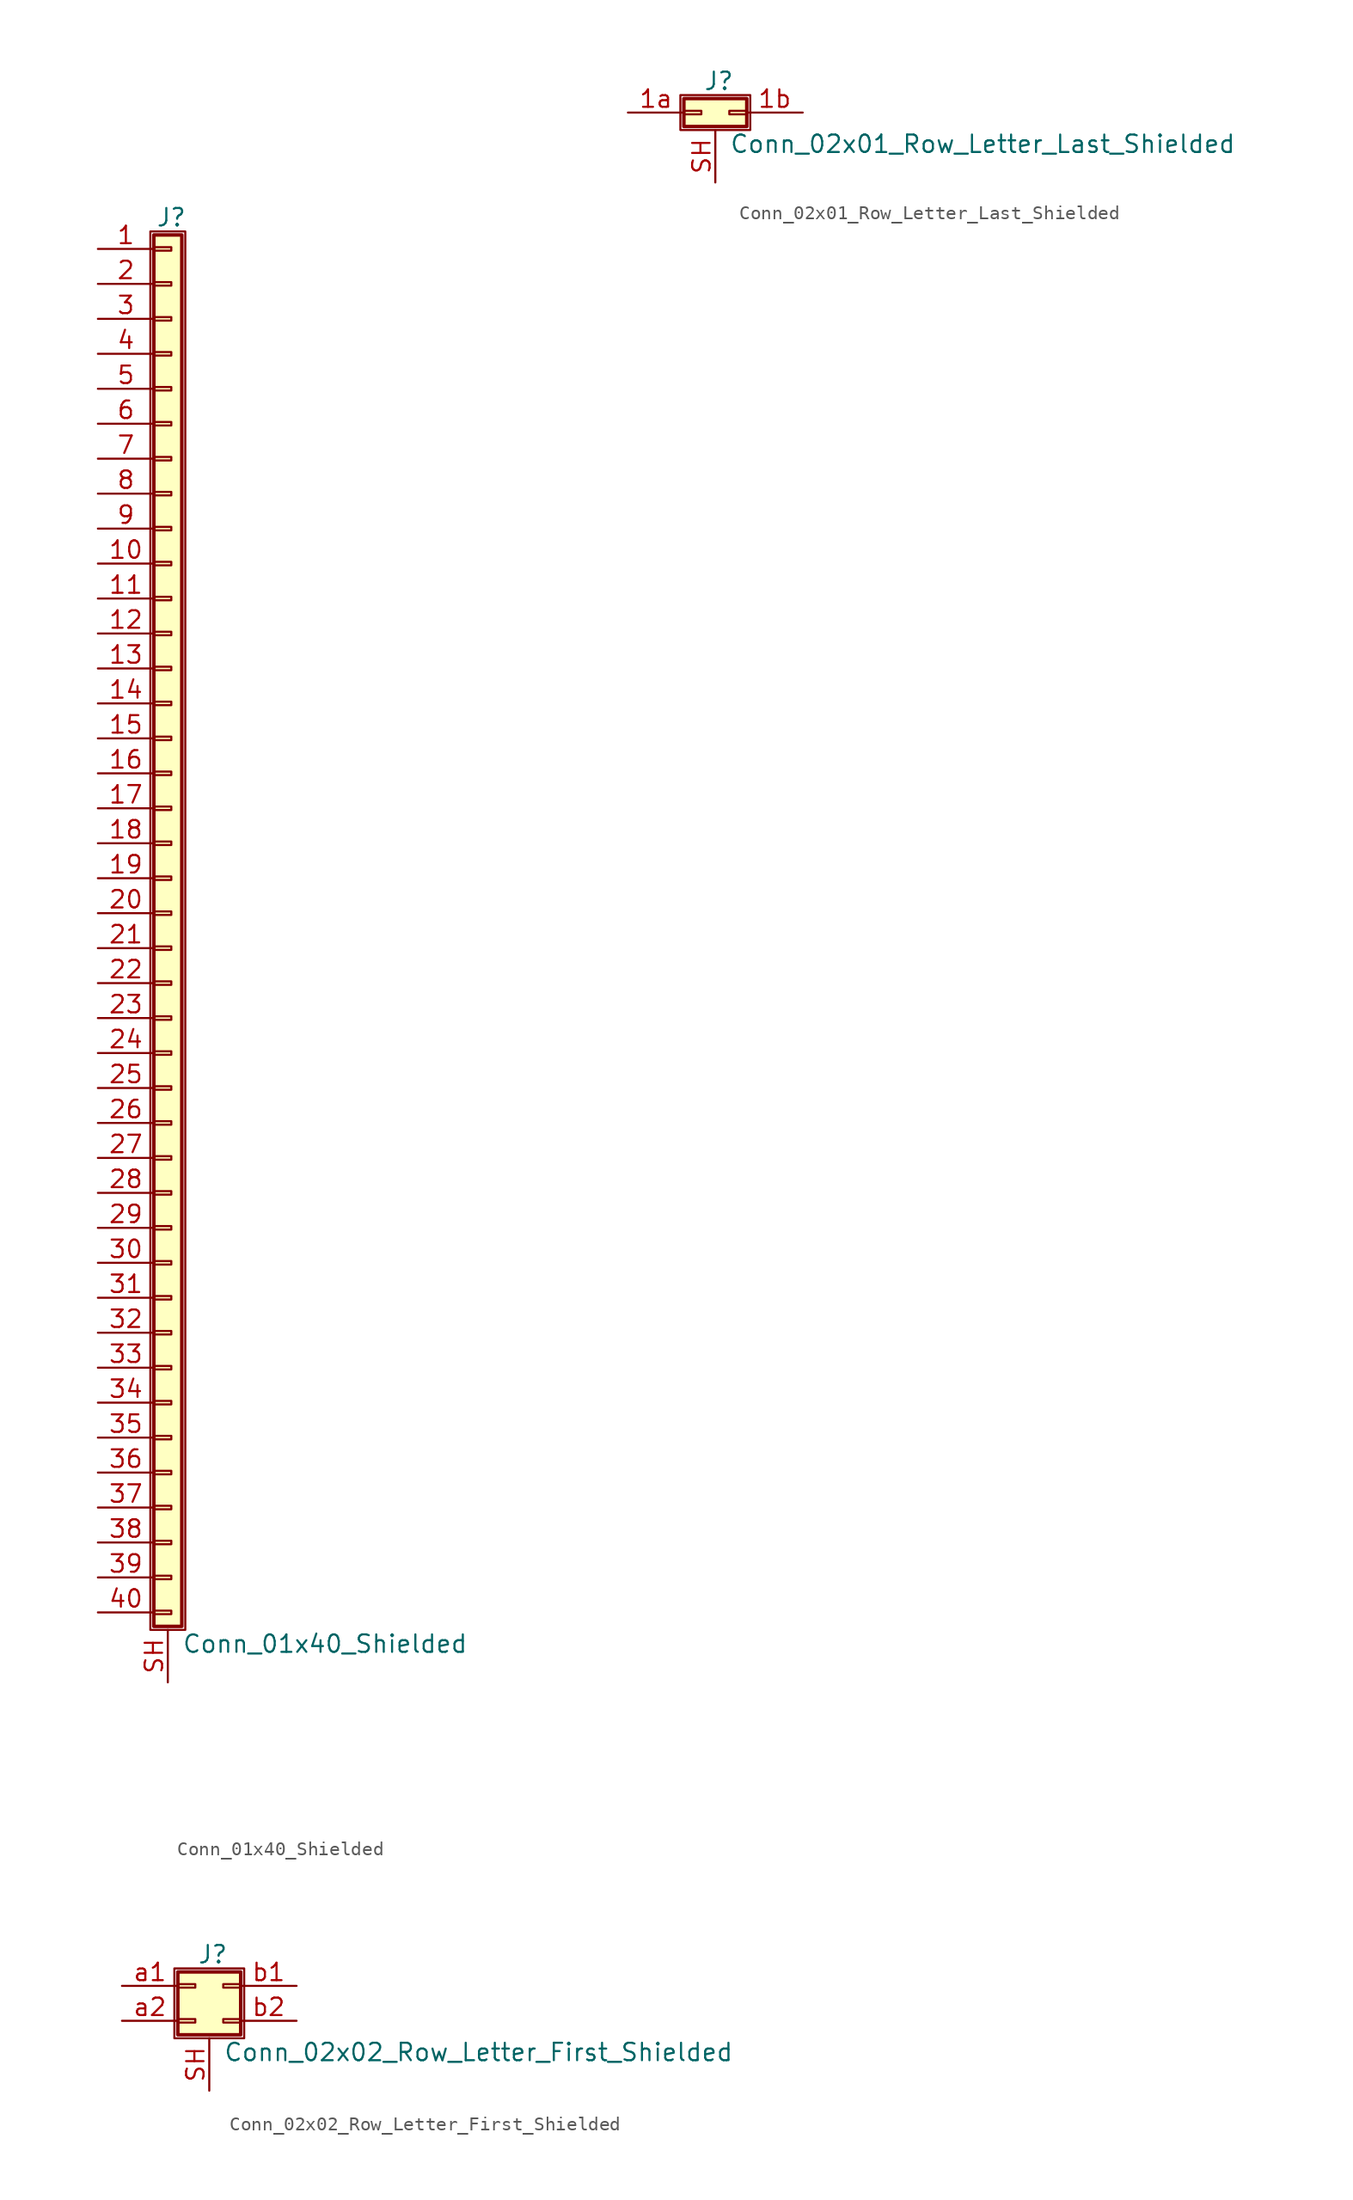
<source format=kicad_sym>
(kicad_symbol_lib
  (version 20201005)
  (generator kicad_symbol_editor)
  (symbol "Connector_Generic_Shielded:Conn_01x40_Shielded"
    (pin_names
      (offset 1.016) hide)
    (property "Reference" "J"
      (at 0.254 50.546 0)
      (effects (font (size 1.27 1.27))))
    (property "Value" "Conn_01x40_Shielded"
      (at 1.016 -53.086 0)
      (effects (font (size 1.27 1.27)) (justify left)))
    (symbol "Conn_01x40_Shielded_1_1"
      (rectangle (start -1.016 -27.813) (end 0.254 -28.067) (stroke (width 0.152)) (fill (type none)))
      (rectangle (start -1.016 -30.353) (end 0.254 -30.607) (stroke (width 0.152)) (fill (type none)))
      (rectangle (start -1.016 -32.893) (end 0.254 -33.147) (stroke (width 0.152)) (fill (type none)))
      (rectangle (start -1.016 -35.433) (end 0.254 -35.687) (stroke (width 0.152)) (fill (type none)))
      (rectangle (start -1.016 -37.973) (end 0.254 -38.227) (stroke (width 0.152)) (fill (type none)))
      (rectangle (start -1.016 -40.513) (end 0.254 -40.767) (stroke (width 0.152)) (fill (type none)))
      (rectangle (start -1.016 -43.053) (end 0.254 -43.307) (stroke (width 0.152)) (fill (type none)))
      (rectangle (start -1.016 -45.593) (end 0.254 -45.847) (stroke (width 0.152)) (fill (type none)))
      (rectangle (start -1.016 -48.133) (end 0.254 -48.387) (stroke (width 0.152)) (fill (type none)))
      (rectangle (start -1.016 -4.953) (end 0.254 -5.207) (stroke (width 0.152)) (fill (type none)))
      (rectangle (start -1.016 -50.673) (end 0.254 -50.927) (stroke (width 0.152)) (fill (type none)))
      (rectangle (start -1.016 -7.493) (end 0.254 -7.747) (stroke (width 0.152)) (fill (type none)))
      (rectangle (start -1.016 -10.033) (end 0.254 -10.287) (stroke (width 0.152)) (fill (type none)))
      (rectangle (start -1.016 -12.573) (end 0.254 -12.827) (stroke (width 0.152)) (fill (type none)))
      (rectangle (start -1.016 -15.113) (end 0.254 -15.367) (stroke (width 0.152)) (fill (type none)))
      (rectangle (start -1.016 -17.653) (end 0.254 -17.907) (stroke (width 0.152)) (fill (type none)))
      (rectangle (start -1.016 -20.193) (end 0.254 -20.447) (stroke (width 0.152)) (fill (type none)))
      (rectangle (start -1.016 -22.733) (end 0.254 -22.987) (stroke (width 0.152)) (fill (type none)))
      (rectangle (start -1.016 -2.413) (end 0.254 -2.667) (stroke (width 0.152)) (fill (type none)))
      (rectangle (start -1.016 -25.273) (end 0.254 -25.527) (stroke (width 0.152)) (fill (type none)))
      (rectangle (start -1.016 25.527) (end 0.254 25.273) (stroke (width 0.152)) (fill (type none)))
      (rectangle (start -1.016 2.667) (end 0.254 2.413) (stroke (width 0.152)) (fill (type none)))
      (rectangle (start -1.016 28.067) (end 0.254 27.813) (stroke (width 0.152)) (fill (type none)))
      (rectangle (start -1.016 30.607) (end 0.254 30.353) (stroke (width 0.152)) (fill (type none)))
      (rectangle (start -1.016 33.147) (end 0.254 32.893) (stroke (width 0.152)) (fill (type none)))
      (rectangle (start -1.016 35.687) (end 0.254 35.433) (stroke (width 0.152)) (fill (type none)))
      (rectangle (start -1.016 38.227) (end 0.254 37.973) (stroke (width 0.152)) (fill (type none)))
      (rectangle (start -1.016 40.767) (end 0.254 40.513) (stroke (width 0.152)) (fill (type none)))
      (rectangle (start -1.016 43.307) (end 0.254 43.053) (stroke (width 0.152)) (fill (type none)))
      (rectangle (start -1.016 45.847) (end 0.254 45.593) (stroke (width 0.152)) (fill (type none)))
      (rectangle (start -1.016 48.387) (end 0.254 48.133) (stroke (width 0.152)) (fill (type none)))
      (rectangle (start -1.016 49.276) (end 1.016 -51.816) (stroke (width 0.254)) (fill (type background)))
      (rectangle (start -1.016 5.207) (end 0.254 4.953) (stroke (width 0.152)) (fill (type none)))
      (rectangle (start -1.016 7.747) (end 0.254 7.493) (stroke (width 0.152)) (fill (type none)))
      (rectangle (start -1.016 10.287) (end 0.254 10.033) (stroke (width 0.152)) (fill (type none)))
      (rectangle (start -1.016 0.127) (end 0.254 -0.127) (stroke (width 0.152)) (fill (type none)))
      (rectangle (start -1.016 12.827) (end 0.254 12.573) (stroke (width 0.152)) (fill (type none)))
      (rectangle (start -1.016 15.367) (end 0.254 15.113) (stroke (width 0.152)) (fill (type none)))
      (rectangle (start -1.016 17.907) (end 0.254 17.653) (stroke (width 0.152)) (fill (type none)))
      (rectangle (start -1.016 20.447) (end 0.254 20.193) (stroke (width 0.152)) (fill (type none)))
      (rectangle (start -1.016 22.987) (end 0.254 22.733) (stroke (width 0.152)) (fill (type none)))
      (rectangle (start -1.27 49.53) (end 1.27 -52.07) (stroke (width 0.152)) (fill (type none)))
      (pin passive line (at -5.08 48.26 0) (length 4.064) (name "Pin_1" (effects (font (size 1.27 1.27)))) (number "1" (effects (font (size 1.27 1.27)))))
      (pin passive line (at -5.08 25.4 0) (length 4.064) (name "Pin_10" (effects (font (size 1.27 1.27)))) (number "10" (effects (font (size 1.27 1.27)))))
      (pin passive line (at -5.08 22.86 0) (length 4.064) (name "Pin_11" (effects (font (size 1.27 1.27)))) (number "11" (effects (font (size 1.27 1.27)))))
      (pin passive line (at -5.08 20.32 0) (length 4.064) (name "Pin_12" (effects (font (size 1.27 1.27)))) (number "12" (effects (font (size 1.27 1.27)))))
      (pin passive line (at -5.08 17.78 0) (length 4.064) (name "Pin_13" (effects (font (size 1.27 1.27)))) (number "13" (effects (font (size 1.27 1.27)))))
      (pin passive line (at -5.08 15.24 0) (length 4.064) (name "Pin_14" (effects (font (size 1.27 1.27)))) (number "14" (effects (font (size 1.27 1.27)))))
      (pin passive line (at -5.08 12.7 0) (length 4.064) (name "Pin_15" (effects (font (size 1.27 1.27)))) (number "15" (effects (font (size 1.27 1.27)))))
      (pin passive line (at -5.08 10.16 0) (length 4.064) (name "Pin_16" (effects (font (size 1.27 1.27)))) (number "16" (effects (font (size 1.27 1.27)))))
      (pin passive line (at -5.08 7.62 0) (length 4.064) (name "Pin_17" (effects (font (size 1.27 1.27)))) (number "17" (effects (font (size 1.27 1.27)))))
      (pin passive line (at -5.08 5.08 0) (length 4.064) (name "Pin_18" (effects (font (size 1.27 1.27)))) (number "18" (effects (font (size 1.27 1.27)))))
      (pin passive line (at -5.08 2.54 0) (length 4.064) (name "Pin_19" (effects (font (size 1.27 1.27)))) (number "19" (effects (font (size 1.27 1.27)))))
      (pin passive line (at -5.08 45.72 0) (length 4.064) (name "Pin_2" (effects (font (size 1.27 1.27)))) (number "2" (effects (font (size 1.27 1.27)))))
      (pin passive line (at -5.08 0 0) (length 4.064) (name "Pin_20" (effects (font (size 1.27 1.27)))) (number "20" (effects (font (size 1.27 1.27)))))
      (pin passive line (at -5.08 -2.54 0) (length 4.064) (name "Pin_21" (effects (font (size 1.27 1.27)))) (number "21" (effects (font (size 1.27 1.27)))))
      (pin passive line (at -5.08 -5.08 0) (length 4.064) (name "Pin_22" (effects (font (size 1.27 1.27)))) (number "22" (effects (font (size 1.27 1.27)))))
      (pin passive line (at -5.08 -7.62 0) (length 4.064) (name "Pin_23" (effects (font (size 1.27 1.27)))) (number "23" (effects (font (size 1.27 1.27)))))
      (pin passive line (at -5.08 -10.16 0) (length 4.064) (name "Pin_24" (effects (font (size 1.27 1.27)))) (number "24" (effects (font (size 1.27 1.27)))))
      (pin passive line (at -5.08 -12.7 0) (length 4.064) (name "Pin_25" (effects (font (size 1.27 1.27)))) (number "25" (effects (font (size 1.27 1.27)))))
      (pin passive line (at -5.08 -15.24 0) (length 4.064) (name "Pin_26" (effects (font (size 1.27 1.27)))) (number "26" (effects (font (size 1.27 1.27)))))
      (pin passive line (at -5.08 -17.78 0) (length 4.064) (name "Pin_27" (effects (font (size 1.27 1.27)))) (number "27" (effects (font (size 1.27 1.27)))))
      (pin passive line (at -5.08 -20.32 0) (length 4.064) (name "Pin_28" (effects (font (size 1.27 1.27)))) (number "28" (effects (font (size 1.27 1.27)))))
      (pin passive line (at -5.08 -22.86 0) (length 4.064) (name "Pin_29" (effects (font (size 1.27 1.27)))) (number "29" (effects (font (size 1.27 1.27)))))
      (pin passive line (at -5.08 43.18 0) (length 4.064) (name "Pin_3" (effects (font (size 1.27 1.27)))) (number "3" (effects (font (size 1.27 1.27)))))
      (pin passive line (at -5.08 -25.4 0) (length 4.064) (name "Pin_30" (effects (font (size 1.27 1.27)))) (number "30" (effects (font (size 1.27 1.27)))))
      (pin passive line (at -5.08 -27.94 0) (length 4.064) (name "Pin_31" (effects (font (size 1.27 1.27)))) (number "31" (effects (font (size 1.27 1.27)))))
      (pin passive line (at -5.08 -30.48 0) (length 4.064) (name "Pin_32" (effects (font (size 1.27 1.27)))) (number "32" (effects (font (size 1.27 1.27)))))
      (pin passive line (at -5.08 -33.02 0) (length 4.064) (name "Pin_33" (effects (font (size 1.27 1.27)))) (number "33" (effects (font (size 1.27 1.27)))))
      (pin passive line (at -5.08 -35.56 0) (length 4.064) (name "Pin_34" (effects (font (size 1.27 1.27)))) (number "34" (effects (font (size 1.27 1.27)))))
      (pin passive line (at -5.08 -38.1 0) (length 4.064) (name "Pin_35" (effects (font (size 1.27 1.27)))) (number "35" (effects (font (size 1.27 1.27)))))
      (pin passive line (at -5.08 -40.64 0) (length 4.064) (name "Pin_36" (effects (font (size 1.27 1.27)))) (number "36" (effects (font (size 1.27 1.27)))))
      (pin passive line (at -5.08 -43.18 0) (length 4.064) (name "Pin_37" (effects (font (size 1.27 1.27)))) (number "37" (effects (font (size 1.27 1.27)))))
      (pin passive line (at -5.08 -45.72 0) (length 4.064) (name "Pin_38" (effects (font (size 1.27 1.27)))) (number "38" (effects (font (size 1.27 1.27)))))
      (pin passive line (at -5.08 -48.26 0) (length 4.064) (name "Pin_39" (effects (font (size 1.27 1.27)))) (number "39" (effects (font (size 1.27 1.27)))))
      (pin passive line (at -5.08 40.64 0) (length 4.064) (name "Pin_4" (effects (font (size 1.27 1.27)))) (number "4" (effects (font (size 1.27 1.27)))))
      (pin passive line (at -5.08 -50.8 0) (length 4.064) (name "Pin_40" (effects (font (size 1.27 1.27)))) (number "40" (effects (font (size 1.27 1.27)))))
      (pin passive line (at -5.08 38.1 0) (length 4.064) (name "Pin_5" (effects (font (size 1.27 1.27)))) (number "5" (effects (font (size 1.27 1.27)))))
      (pin passive line (at -5.08 35.56 0) (length 4.064) (name "Pin_6" (effects (font (size 1.27 1.27)))) (number "6" (effects (font (size 1.27 1.27)))))
      (pin passive line (at -5.08 33.02 0) (length 4.064) (name "Pin_7" (effects (font (size 1.27 1.27)))) (number "7" (effects (font (size 1.27 1.27)))))
      (pin passive line (at -5.08 30.48 0) (length 4.064) (name "Pin_8" (effects (font (size 1.27 1.27)))) (number "8" (effects (font (size 1.27 1.27)))))
      (pin passive line (at -5.08 27.94 0) (length 4.064) (name "Pin_9" (effects (font (size 1.27 1.27)))) (number "9" (effects (font (size 1.27 1.27)))))
      (pin passive line (at 0 -55.88 90) (length 3.81) (name "Shield" (effects (font (size 1.27 1.27)))) (number "SH" (effects (font (size 1.27 1.27)))))))
  (symbol "Connector_Generic_Shielded:Conn_02x01_Row_Letter_Last_Shielded"
    (pin_names
      (offset 1.016) hide)
    (property "Reference" "J"
      (at 1.524 2.286 0)
      (effects (font (size 1.27 1.27))))
    (property "Value" "Conn_02x01_Row_Letter_Last_Shielded"
      (at 2.286 -2.286 0)
      (effects (font (size 1.27 1.27)) (justify left)))
    (symbol "Conn_02x01_Row_Letter_Last_Shielded_1_1"
      (rectangle (start -1.016 1.016) (end 3.556 -1.016) (stroke (width 0.254)) (fill (type background)))
      (rectangle (start -1.016 0.127) (end 0.254 -0.127) (stroke (width 0.152)) (fill (type none)))
      (rectangle (start -1.27 1.27) (end 3.81 -1.27) (stroke (width 0.152)) (fill (type none)))
      (rectangle (start 3.556 0.127) (end 2.286 -0.127) (stroke (width 0.152)) (fill (type none)))
      (pin passive line (at -5.08 0 0) (length 4.064) (name "Pin_1a" (effects (font (size 1.27 1.27)))) (number "1a" (effects (font (size 1.27 1.27)))))
      (pin passive line (at 7.62 0 180) (length 4.064) (name "Pin_1b" (effects (font (size 1.27 1.27)))) (number "1b" (effects (font (size 1.27 1.27)))))
      (pin passive line (at 1.27 -5.08 90) (length 3.81) (name "Shield" (effects (font (size 1.27 1.27)))) (number "SH" (effects (font (size 1.27 1.27)))))))
  (symbol "Connector_Generic_Shielded:Conn_02x02_Row_Letter_First_Shielded"
    (pin_names
      (offset 1.016) hide)
    (property "Reference" "J"
      (at 1.524 2.286 0)
      (effects (font (size 1.27 1.27))))
    (property "Value" "Conn_02x02_Row_Letter_First_Shielded"
      (at 2.286 -4.826 0)
      (effects (font (size 1.27 1.27)) (justify left)))
    (symbol "Conn_02x02_Row_Letter_First_Shielded_1_1"
      (rectangle (start -1.016 -2.413) (end 0.254 -2.667) (stroke (width 0.152)) (fill (type none)))
      (rectangle (start -1.016 1.016) (end 3.556 -3.556) (stroke (width 0.254)) (fill (type background)))
      (rectangle (start -1.016 0.127) (end 0.254 -0.127) (stroke (width 0.152)) (fill (type none)))
      (rectangle (start -1.27 1.27) (end 3.81 -3.81) (stroke (width 0.152)) (fill (type none)))
      (rectangle (start 3.556 -2.413) (end 2.286 -2.667) (stroke (width 0.152)) (fill (type none)))
      (rectangle (start 3.556 0.127) (end 2.286 -0.127) (stroke (width 0.152)) (fill (type none)))
      (pin passive line (at -5.08 0 0) (length 4.064) (name "Pin_a1" (effects (font (size 1.27 1.27)))) (number "a1" (effects (font (size 1.27 1.27)))))
      (pin passive line (at -5.08 -2.54 0) (length 4.064) (name "Pin_a2" (effects (font (size 1.27 1.27)))) (number "a2" (effects (font (size 1.27 1.27)))))
      (pin passive line (at 7.62 0 180) (length 4.064) (name "Pin_b1" (effects (font (size 1.27 1.27)))) (number "b1" (effects (font (size 1.27 1.27)))))
      (pin passive line (at 7.62 -2.54 180) (length 4.064) (name "Pin_b2" (effects (font (size 1.27 1.27)))) (number "b2" (effects (font (size 1.27 1.27)))))
      (pin passive line (at 1.27 -7.62 90) (length 3.81) (name "Shield" (effects (font (size 1.27 1.27)))) (number "SH" (effects (font (size 1.27 1.27))))))))
</source>
